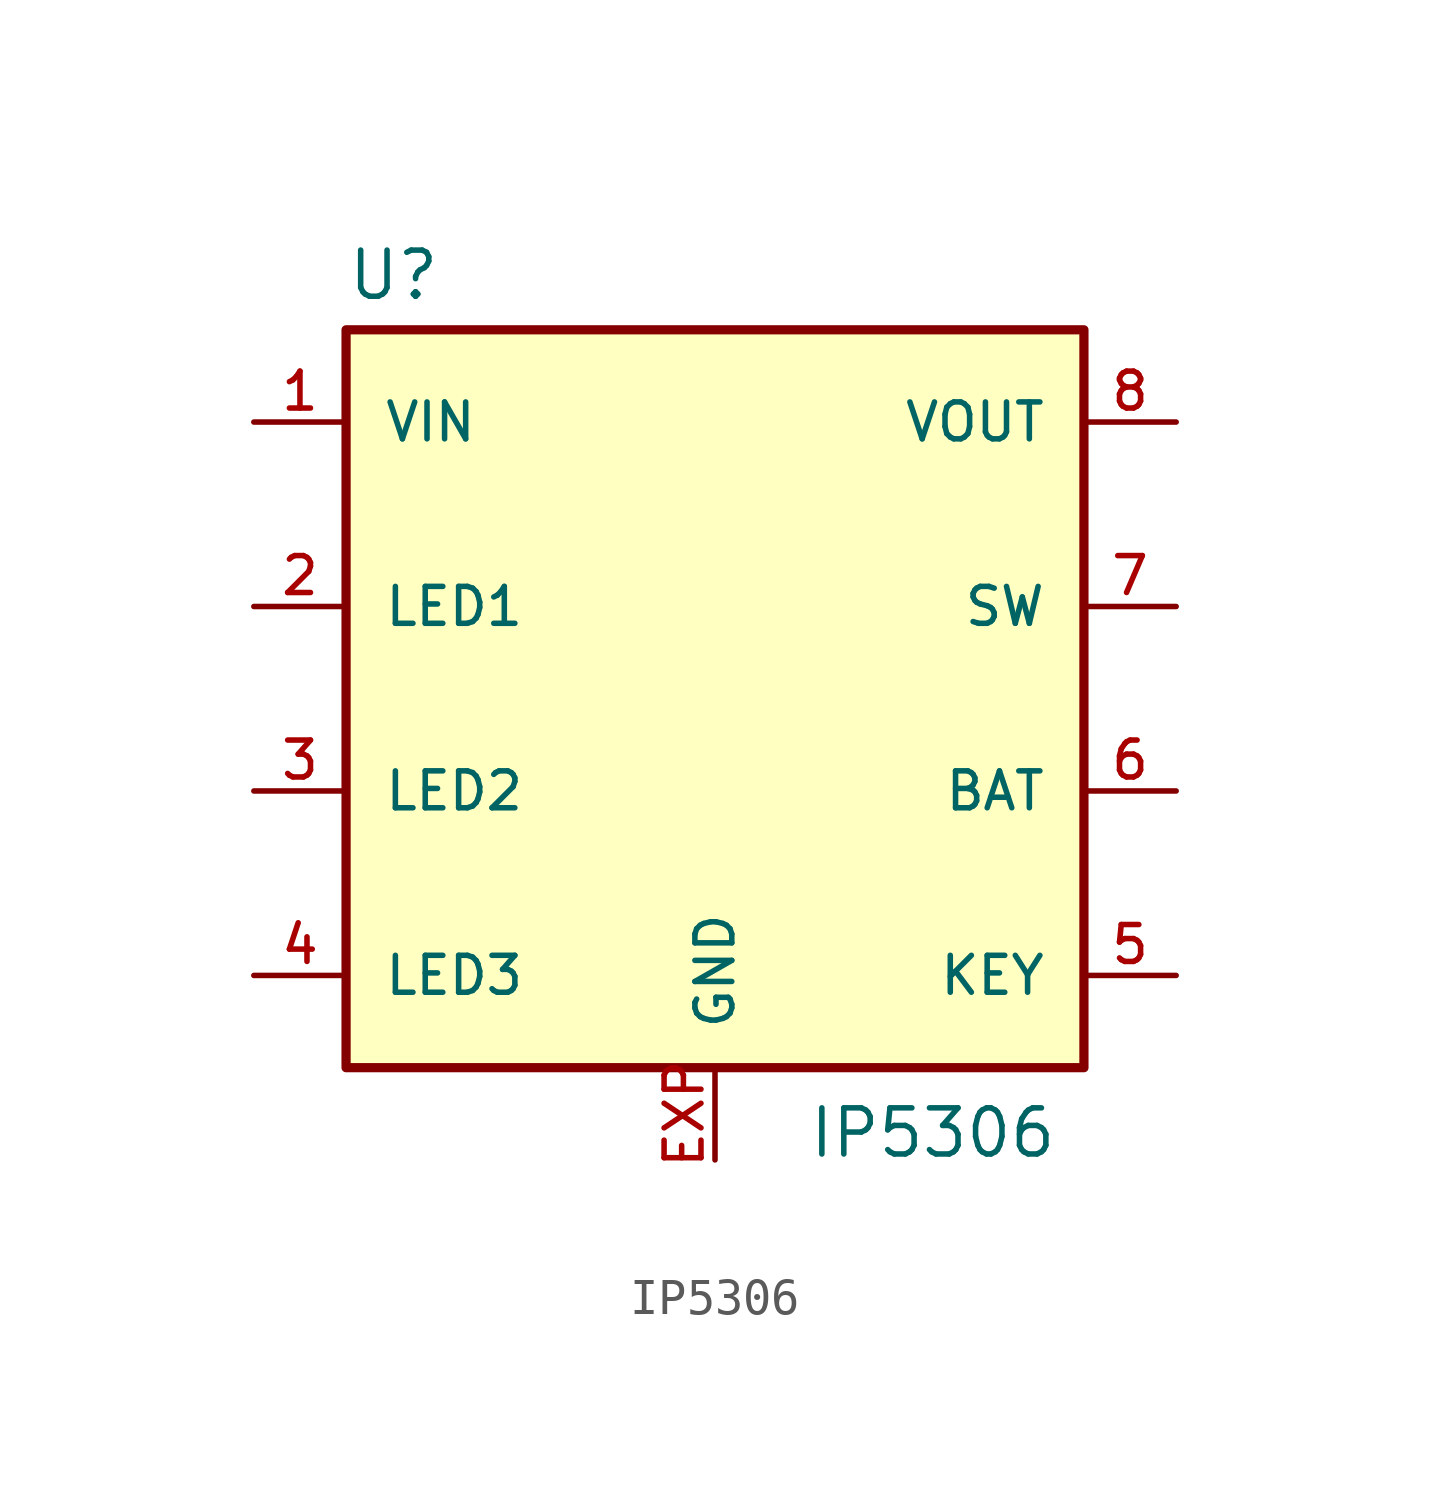
<source format=kicad_sym>
(kicad_symbol_lib
  (version 20211014)
  (generator kicad_symbol_editor)
  (symbol "IP5306"
    (pin_names
      (offset 1.016))
    (property "Reference" "U"
      (at -10.16 10.922 0)
      (effects (font (size 1.27 1.27)) (justify bottom left)))
    (property "Value" "IP5306"
      (at 2.54 -12.7 0)
      (effects (font (size 1.27 1.27)) (justify bottom left)))
    (symbol "IP5306_0_0"
      (rectangle (start -10.16 -10.16) (end 10.16 10.16) (stroke (width 0.254)) (fill (type background)))
      (pin bidirectional line (at -12.7 7.62 0) (length 2.54) (name "VIN" (effects (font (size 1.016 1.016)))) (number "1" (effects (font (size 1.016 1.016)))))
      (pin bidirectional line (at -12.7 2.54 0) (length 2.54) (name "LED1" (effects (font (size 1.016 1.016)))) (number "2" (effects (font (size 1.016 1.016)))))
      (pin bidirectional line (at -12.7 -2.54 0) (length 2.54) (name "LED2" (effects (font (size 1.016 1.016)))) (number "3" (effects (font (size 1.016 1.016)))))
      (pin bidirectional line (at -12.7 -7.62 0) (length 2.54) (name "LED3" (effects (font (size 1.016 1.016)))) (number "4" (effects (font (size 1.016 1.016)))))
      (pin bidirectional line (at 12.7 -7.62 180.0) (length 2.54) (name "KEY" (effects (font (size 1.016 1.016)))) (number "5" (effects (font (size 1.016 1.016)))))
      (pin bidirectional line (at 12.7 -2.54 180.0) (length 2.54) (name "BAT" (effects (font (size 1.016 1.016)))) (number "6" (effects (font (size 1.016 1.016)))))
      (pin bidirectional line (at 12.7 2.54 180.0) (length 2.54) (name "SW" (effects (font (size 1.016 1.016)))) (number "7" (effects (font (size 1.016 1.016)))))
      (pin bidirectional line (at 12.7 7.62 180.0) (length 2.54) (name "VOUT" (effects (font (size 1.016 1.016)))) (number "8" (effects (font (size 1.016 1.016)))))
      (pin bidirectional line (at 0.0 -12.7 90.0) (length 2.54) (name "GND" (effects (font (size 1.016 1.016)))) (number "EXP" (effects (font (size 1.016 1.016))))))))
</source>
